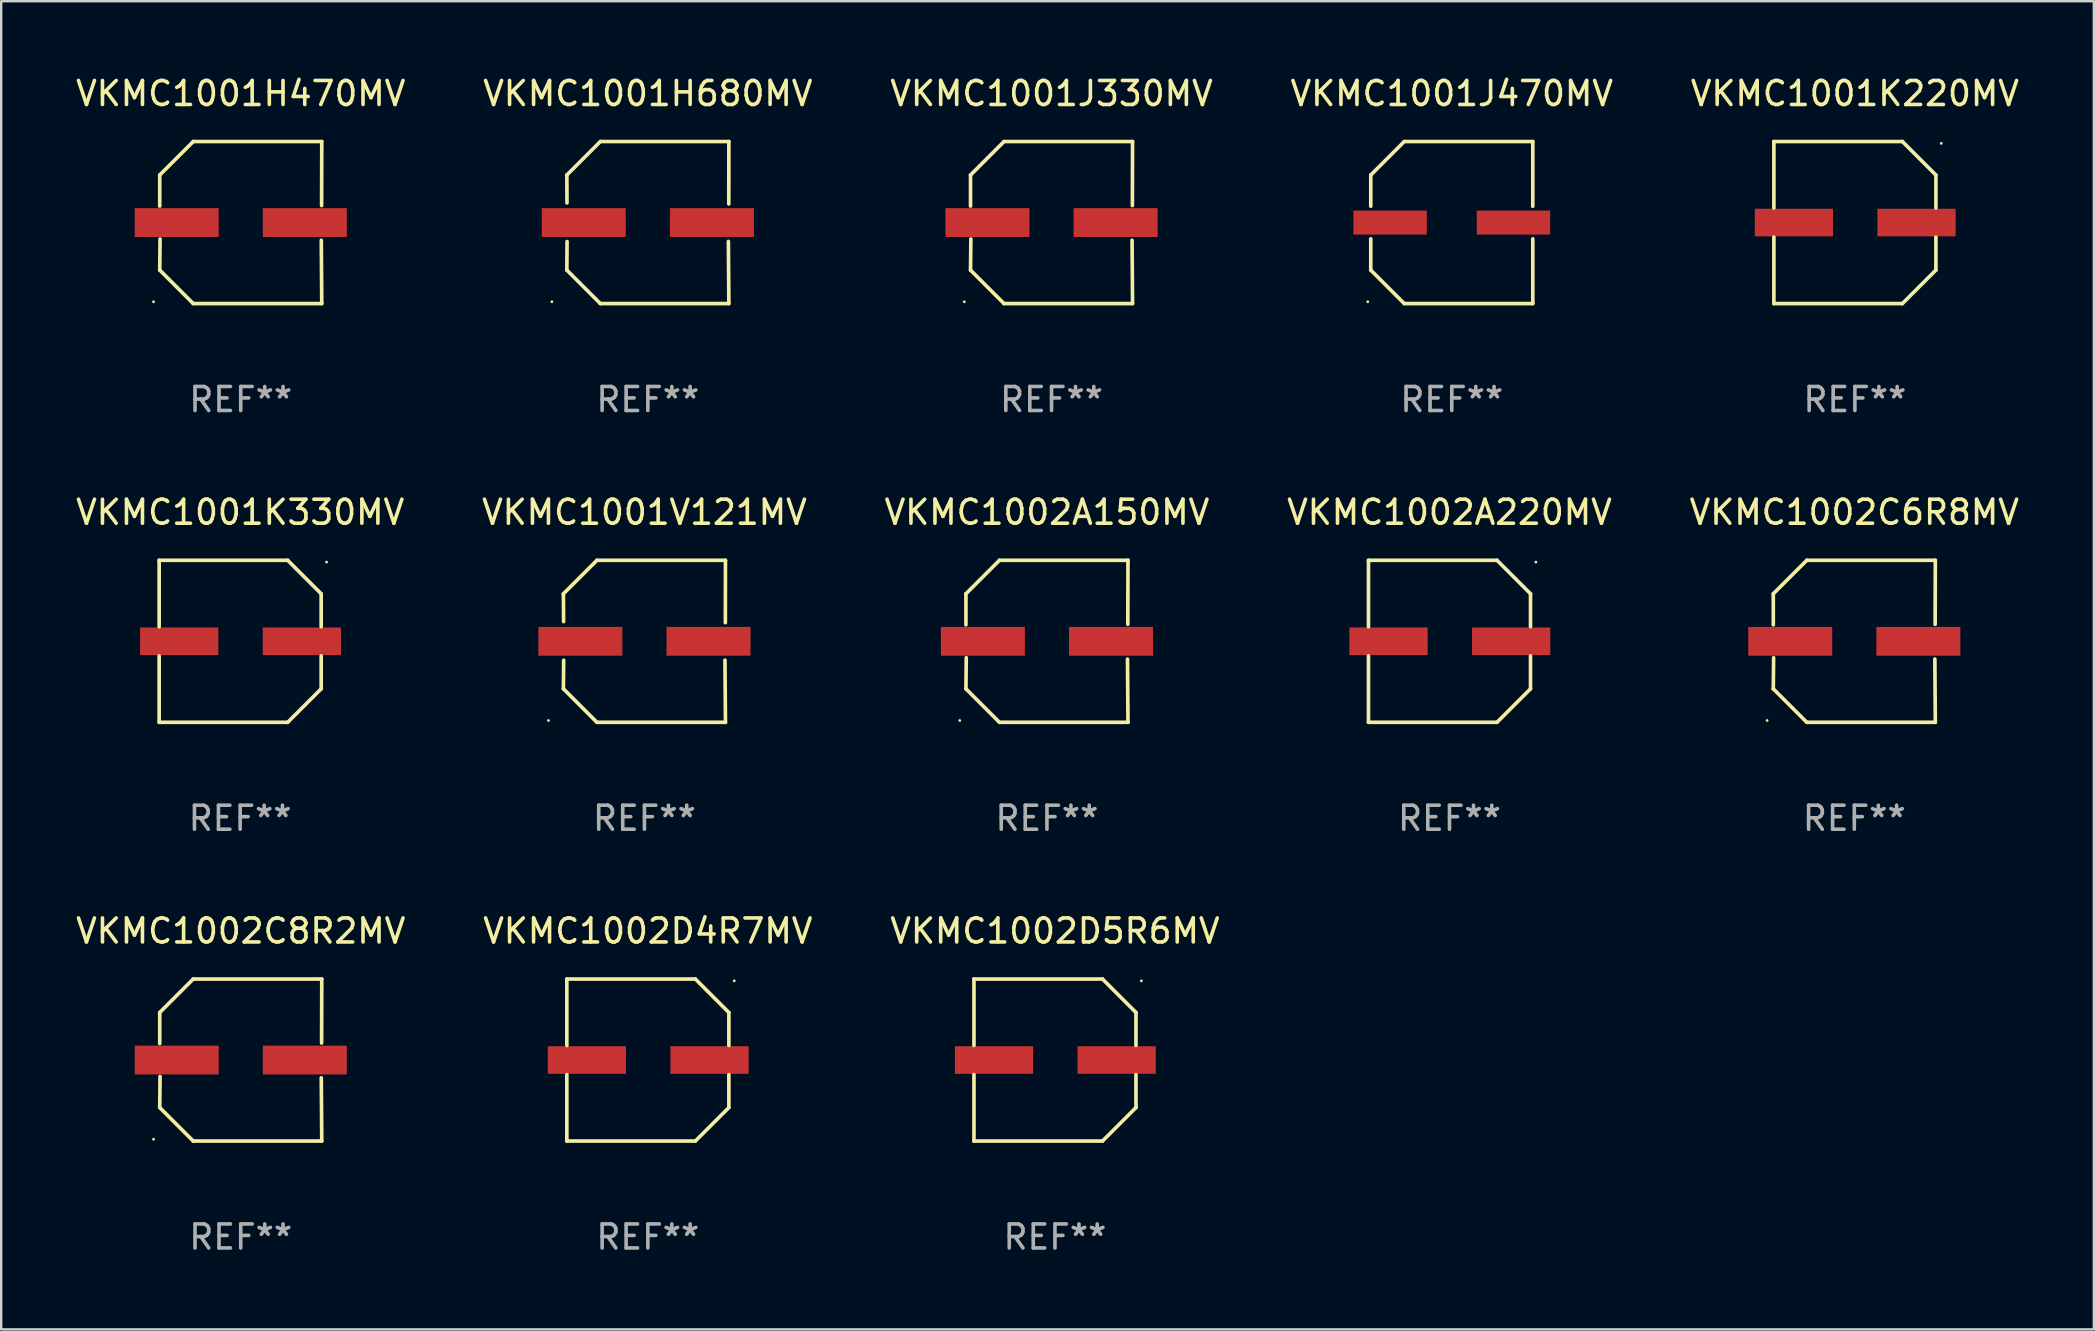
<source format=kicad_pcb>
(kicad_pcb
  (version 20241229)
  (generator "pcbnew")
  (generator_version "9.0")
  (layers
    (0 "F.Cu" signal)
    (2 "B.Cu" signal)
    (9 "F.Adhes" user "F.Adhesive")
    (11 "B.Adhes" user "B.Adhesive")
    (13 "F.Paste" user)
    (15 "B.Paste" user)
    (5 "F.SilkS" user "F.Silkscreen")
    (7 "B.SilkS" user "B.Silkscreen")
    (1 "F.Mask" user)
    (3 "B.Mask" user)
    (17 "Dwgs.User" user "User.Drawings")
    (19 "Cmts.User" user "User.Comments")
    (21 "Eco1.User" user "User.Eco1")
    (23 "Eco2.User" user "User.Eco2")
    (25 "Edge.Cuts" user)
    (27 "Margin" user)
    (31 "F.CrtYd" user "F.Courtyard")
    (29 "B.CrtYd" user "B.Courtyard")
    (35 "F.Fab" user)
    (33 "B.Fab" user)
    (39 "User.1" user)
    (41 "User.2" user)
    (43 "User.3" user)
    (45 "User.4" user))
  (footprint "VKMC1002A150MV"
    (layer "F.Cu")
    (at 40.577 23.673)
    (property "Reference" "VKMC1002A150MV" (at 0 -5.376 0) (layer "F.SilkS") (effects (font (size 1 1) (thickness 0.15))))
    (attr through_hole)
    (fp_line (start -3.376 -1.98) (end -3.376 -0.686) (stroke (width 0.152) (type solid)) (layer "F.SilkS"))
    (fp_line (start -3.376 1.981) (end -3.362 0.686) (stroke (width 0.152) (type solid)) (layer "F.SilkS"))
    (fp_line (start -1.981 3.376) (end -3.376 1.981) (stroke (width 0.152) (type solid)) (layer "F.SilkS"))
    (fp_line (start -1.98 -3.376) (end -3.376 -1.98) (stroke (width 0.152) (type solid)) (layer "F.SilkS"))
    (fp_line (start 3.356 0.74) (end 3.376 3.376) (stroke (width 0.152) (type solid)) (layer "F.SilkS"))
    (fp_line (start 3.369 -0.707) (end 3.376 -3.376) (stroke (width 0.152) (type solid)) (layer "F.SilkS"))
    (fp_line (start 3.376 3.376) (end -1.981 3.376) (stroke (width 0.152) (type solid)) (layer "F.SilkS"))
    (fp_line (start 3.376 -3.376) (end -1.98 -3.376) (stroke (width 0.152) (type solid)) (layer "F.SilkS"))
    (fp_circle (center -3.634 3.3) (end -3.604 3.3) (stroke (width 0.06) (type solid)) (fill no) (layer "F.SilkS"))
    (fp_text user "REF**" (at 0 7.376 0) (layer "F.Fab") (effects (font (size 1 1) (thickness 0.15))))
    (pad "1" smd rect (at -2.67 0.000254) (size 3.5 1.2) (layers "F.Cu" "F.Mask" "F.Paste"))
    (pad "2" smd rect (at 2.67 0.000254) (size 3.5 1.2) (layers "F.Cu" "F.Mask" "F.Paste")))
  (footprint "VKMC1001H680MV"
    (layer "F.Cu")
    (at 23.946 6.224)
    (property "Reference" "VKMC1001H680MV" (at 0 -5.376 0) (layer "F.SilkS") (effects (font (size 1 1) (thickness 0.15))))
    (attr through_hole)
    (fp_line (start -3.376 -1.98) (end -3.369 -0.819) (stroke (width 0.152) (type solid)) (layer "F.SilkS"))
    (fp_line (start -3.376 1.981) (end -3.366 0.791) (stroke (width 0.152) (type solid)) (layer "F.SilkS"))
    (fp_line (start -1.981 3.376) (end -3.376 1.981) (stroke (width 0.152) (type solid)) (layer "F.SilkS"))
    (fp_line (start -1.98 -3.376) (end -3.376 -1.98) (stroke (width 0.152) (type solid)) (layer "F.SilkS"))
    (fp_line (start 3.356 0.785) (end 3.376 3.376) (stroke (width 0.152) (type solid)) (layer "F.SilkS"))
    (fp_line (start 3.372 -0.776) (end 3.376 -3.376) (stroke (width 0.152) (type solid)) (layer "F.SilkS"))
    (fp_line (start 3.376 3.376) (end -1.981 3.376) (stroke (width 0.152) (type solid)) (layer "F.SilkS"))
    (fp_line (start 3.376 -3.376) (end -1.98 -3.376) (stroke (width 0.152) (type solid)) (layer "F.SilkS"))
    (fp_circle (center -4 3.3) (end -3.97 3.3) (stroke (width 0.06) (type solid)) (fill no) (layer "F.SilkS"))
    (fp_text user "REF**" (at 0 7.376 0) (layer "F.Fab") (effects (font (size 1 1) (thickness 0.15))))
    (pad "1" smd rect (at -2.67 0.000203) (size 3.5 1.2) (layers "F.Cu" "F.Mask" "F.Paste"))
    (pad "2" smd rect (at 2.67 0.000203) (size 3.5 1.2) (layers "F.Cu" "F.Mask" "F.Paste")))
  (footprint "VKMC1002C6R8MV"
    (layer "F.Cu")
    (at 74.22 23.673)
    (property "Reference" "VKMC1002C6R8MV" (at 0 -5.376 0) (layer "F.SilkS") (effects (font (size 1 1) (thickness 0.15))))
    (attr through_hole)
    (fp_line (start -3.376 -1.98) (end -3.376 -0.686) (stroke (width 0.152) (type solid)) (layer "F.SilkS"))
    (fp_line (start -3.376 1.981) (end -3.362 0.686) (stroke (width 0.152) (type solid)) (layer "F.SilkS"))
    (fp_line (start -1.981 3.376) (end -3.376 1.981) (stroke (width 0.152) (type solid)) (layer "F.SilkS"))
    (fp_line (start -1.98 -3.376) (end -3.376 -1.98) (stroke (width 0.152) (type solid)) (layer "F.SilkS"))
    (fp_line (start 3.356 0.74) (end 3.376 3.376) (stroke (width 0.152) (type solid)) (layer "F.SilkS"))
    (fp_line (start 3.369 -0.707) (end 3.376 -3.376) (stroke (width 0.152) (type solid)) (layer "F.SilkS"))
    (fp_line (start 3.376 3.376) (end -1.981 3.376) (stroke (width 0.152) (type solid)) (layer "F.SilkS"))
    (fp_line (start 3.376 -3.376) (end -1.98 -3.376) (stroke (width 0.152) (type solid)) (layer "F.SilkS"))
    (fp_circle (center -3.634 3.3) (end -3.604 3.3) (stroke (width 0.06) (type solid)) (fill no) (layer "F.SilkS"))
    (fp_text user "REF**" (at 0 7.376 0) (layer "F.Fab") (effects (font (size 1 1) (thickness 0.15))))
    (pad "1" smd rect (at -2.67 0.000254) (size 3.5 1.2) (layers "F.Cu" "F.Mask" "F.Paste"))
    (pad "2" smd rect (at 2.67 0.000254) (size 3.5 1.2) (layers "F.Cu" "F.Mask" "F.Paste")))
  (footprint "VKMC1001V121MV"
    (layer "F.Cu")
    (at 23.804 23.673)
    (property "Reference" "VKMC1001V121MV" (at 0 -5.376 0) (layer "F.SilkS") (effects (font (size 1 1) (thickness 0.15))))
    (attr through_hole)
    (fp_line (start -3.376 -1.98) (end -3.369 -0.819) (stroke (width 0.152) (type solid)) (layer "F.SilkS"))
    (fp_line (start -3.376 1.981) (end -3.366 0.791) (stroke (width 0.152) (type solid)) (layer "F.SilkS"))
    (fp_line (start -1.981 3.376) (end -3.376 1.981) (stroke (width 0.152) (type solid)) (layer "F.SilkS"))
    (fp_line (start -1.98 -3.376) (end -3.376 -1.98) (stroke (width 0.152) (type solid)) (layer "F.SilkS"))
    (fp_line (start 3.356 0.785) (end 3.376 3.376) (stroke (width 0.152) (type solid)) (layer "F.SilkS"))
    (fp_line (start 3.372 -0.776) (end 3.376 -3.376) (stroke (width 0.152) (type solid)) (layer "F.SilkS"))
    (fp_line (start 3.376 3.376) (end -1.981 3.376) (stroke (width 0.152) (type solid)) (layer "F.SilkS"))
    (fp_line (start 3.376 -3.376) (end -1.98 -3.376) (stroke (width 0.152) (type solid)) (layer "F.SilkS"))
    (fp_circle (center -4 3.3) (end -3.97 3.3) (stroke (width 0.06) (type solid)) (fill no) (layer "F.SilkS"))
    (fp_text user "REF**" (at 0 7.376 0) (layer "F.Fab") (effects (font (size 1 1) (thickness 0.15))))
    (pad "1" smd rect (at -2.67 0.000203) (size 3.5 1.2) (layers "F.Cu" "F.Mask" "F.Paste"))
    (pad "2" smd rect (at 2.67 0.000203) (size 3.5 1.2) (layers "F.Cu" "F.Mask" "F.Paste")))
  (footprint "VKMC1002C8R2MV"
    (layer "F.Cu")
    (at 6.982 41.122)
    (property "Reference" "VKMC1002C8R2MV" (at 0 -5.376 0) (layer "F.SilkS") (effects (font (size 1 1) (thickness 0.15))))
    (attr through_hole)
    (fp_line (start -3.376 -1.98) (end -3.376 -0.686) (stroke (width 0.152) (type solid)) (layer "F.SilkS"))
    (fp_line (start -3.376 1.981) (end -3.362 0.686) (stroke (width 0.152) (type solid)) (layer "F.SilkS"))
    (fp_line (start -1.981 3.376) (end -3.376 1.981) (stroke (width 0.152) (type solid)) (layer "F.SilkS"))
    (fp_line (start -1.98 -3.376) (end -3.376 -1.98) (stroke (width 0.152) (type solid)) (layer "F.SilkS"))
    (fp_line (start 3.356 0.74) (end 3.376 3.376) (stroke (width 0.152) (type solid)) (layer "F.SilkS"))
    (fp_line (start 3.369 -0.707) (end 3.376 -3.376) (stroke (width 0.152) (type solid)) (layer "F.SilkS"))
    (fp_line (start 3.376 3.376) (end -1.981 3.376) (stroke (width 0.152) (type solid)) (layer "F.SilkS"))
    (fp_line (start 3.376 -3.376) (end -1.98 -3.376) (stroke (width 0.152) (type solid)) (layer "F.SilkS"))
    (fp_circle (center -3.634 3.3) (end -3.604 3.3) (stroke (width 0.06) (type solid)) (fill no) (layer "F.SilkS"))
    (fp_text user "REF**" (at 0 7.376 0) (layer "F.Fab") (effects (font (size 1 1) (thickness 0.15))))
    (pad "1" smd rect (at -2.67 0.000254) (size 3.5 1.2) (layers "F.Cu" "F.Mask" "F.Paste"))
    (pad "2" smd rect (at 2.67 0.000254) (size 3.5 1.2) (layers "F.Cu" "F.Mask" "F.Paste")))
  (footprint "VKMC1002D5R6MV"
    (layer "F.Cu")
    (at 40.911 41.122)
    (property "Reference" "VKMC1002D5R6MV" (at 0 -5.376 0) (layer "F.SilkS") (effects (font (size 1 1) (thickness 0.15))))
    (attr through_hole)
    (fp_line (start -3.376 -3.376) (end 1.98 -3.376) (stroke (width 0.152) (type solid)) (layer "F.SilkS"))
    (fp_line (start -3.376 -0.607) (end -3.376 -3.376) (stroke (width 0.152) (type solid)) (layer "F.SilkS"))
    (fp_line (start -3.376 0.607) (end -3.376 3.376) (stroke (width 0.152) (type solid)) (layer "F.SilkS"))
    (fp_line (start -3.376 3.376) (end 1.98 3.376) (stroke (width 0.152) (type solid)) (layer "F.SilkS"))
    (fp_line (start 1.98 -3.376) (end 3.376 -1.98) (stroke (width 0.152) (type solid)) (layer "F.SilkS"))
    (fp_line (start 1.98 3.376) (end 3.376 1.98) (stroke (width 0.152) (type solid)) (layer "F.SilkS"))
    (fp_line (start 3.376 -1.98) (end 3.376 -0.607) (stroke (width 0.152) (type solid)) (layer "F.SilkS"))
    (fp_line (start 3.376 1.98) (end 3.376 0.607) (stroke (width 0.152) (type solid)) (layer "F.SilkS"))
    (fp_circle (center 3.6 -3.3) (end 3.63 -3.3) (stroke (width 0.06) (type solid)) (fill no) (layer "F.SilkS"))
    (fp_text user "REF**" (at 0 7.376 0) (layer "F.Fab") (effects (font (size 1 1) (thickness 0.15))))
    (pad "1" smd rect (at 2.57 0 180) (size 3.26 1.15) (layers "F.Cu" "F.Mask" "F.Paste"))
    (pad "2" smd rect (at -2.54 0 180) (size 3.26 1.15) (layers "F.Cu" "F.Mask" "F.Paste")))
  (footprint "VKMC1001K220MV"
    (layer "F.Cu")
    (at 74.244 6.224)
    (property "Reference" "VKMC1001K220MV" (at 0 -5.376 0) (layer "F.SilkS") (effects (font (size 1 1) (thickness 0.15))))
    (attr through_hole)
    (fp_line (start -3.376 -3.376) (end 1.98 -3.376) (stroke (width 0.152) (type solid)) (layer "F.SilkS"))
    (fp_line (start -3.376 -0.607) (end -3.376 -3.376) (stroke (width 0.152) (type solid)) (layer "F.SilkS"))
    (fp_line (start -3.376 0.607) (end -3.376 3.376) (stroke (width 0.152) (type solid)) (layer "F.SilkS"))
    (fp_line (start -3.376 3.376) (end 1.98 3.376) (stroke (width 0.152) (type solid)) (layer "F.SilkS"))
    (fp_line (start 1.98 -3.376) (end 3.376 -1.98) (stroke (width 0.152) (type solid)) (layer "F.SilkS"))
    (fp_line (start 1.98 3.376) (end 3.376 1.98) (stroke (width 0.152) (type solid)) (layer "F.SilkS"))
    (fp_line (start 3.376 -1.98) (end 3.376 -0.607) (stroke (width 0.152) (type solid)) (layer "F.SilkS"))
    (fp_line (start 3.376 1.98) (end 3.376 0.607) (stroke (width 0.152) (type solid)) (layer "F.SilkS"))
    (fp_circle (center 3.6 -3.3) (end 3.63 -3.3) (stroke (width 0.06) (type solid)) (fill no) (layer "F.SilkS"))
    (fp_text user "REF**" (at 0 7.376 0) (layer "F.Fab") (effects (font (size 1 1) (thickness 0.15))))
    (pad "1" smd rect (at 2.57 0 180) (size 3.26 1.15) (layers "F.Cu" "F.Mask" "F.Paste"))
    (pad "2" smd rect (at -2.54 0 180) (size 3.26 1.15) (layers "F.Cu" "F.Mask" "F.Paste")))
  (footprint "VKMC1001J470MV"
    (layer "F.Cu")
    (at 57.446 6.224)
    (property "Reference" "VKMC1001J470MV" (at 0 -5.376 0) (layer "F.SilkS") (effects (font (size 1 1) (thickness 0.15))))
    (attr through_hole)
    (fp_line (start -3.376 -1.98) (end -3.376 -0.68) (stroke (width 0.152) (type solid)) (layer "F.SilkS"))
    (fp_line (start -3.376 -1.98) (end -1.98 -3.376) (stroke (width 0.152) (type solid)) (layer "F.SilkS"))
    (fp_line (start -3.376 0.68) (end -3.376 1.98) (stroke (width 0.152) (type solid)) (layer "F.SilkS"))
    (fp_line (start -3.376 1.98) (end -1.98 3.376) (stroke (width 0.152) (type solid)) (layer "F.SilkS"))
    (fp_line (start -1.98 -3.376) (end 3.376 -3.376) (stroke (width 0.152) (type solid)) (layer "F.SilkS"))
    (fp_line (start -1.98 3.376) (end 3.376 3.376) (stroke (width 0.152) (type solid)) (layer "F.SilkS"))
    (fp_line (start 3.376 -3.376) (end 3.376 -0.68) (stroke (width 0.152) (type solid)) (layer "F.SilkS"))
    (fp_line (start 3.376 0.68) (end 3.376 3.376) (stroke (width 0.152) (type solid)) (layer "F.SilkS"))
    (fp_circle (center -3.501 3.3) (end -3.471 3.3) (stroke (width 0.06) (type solid)) (fill no) (layer "F.SilkS"))
    (fp_text user "REF**" (at 0 7.376 0) (layer "F.Fab") (effects (font (size 1 1) (thickness 0.15))))
    (pad "1" smd rect (at -2.57 0.000013) (size 3.06 1) (layers "F.Cu" "F.Mask" "F.Paste"))
    (pad "2" smd rect (at 2.57 0.000013) (size 3.06 1) (layers "F.Cu" "F.Mask" "F.Paste")))
  (footprint "VKMC1001J330MV"
    (layer "F.Cu")
    (at 40.768 6.224)
    (property "Reference" "VKMC1001J330MV" (at 0 -5.376 0) (layer "F.SilkS") (effects (font (size 1 1) (thickness 0.15))))
    (attr through_hole)
    (fp_line (start -3.376 -1.98) (end -3.376 -0.686) (stroke (width 0.152) (type solid)) (layer "F.SilkS"))
    (fp_line (start -3.376 1.981) (end -3.362 0.686) (stroke (width 0.152) (type solid)) (layer "F.SilkS"))
    (fp_line (start -1.981 3.376) (end -3.376 1.981) (stroke (width 0.152) (type solid)) (layer "F.SilkS"))
    (fp_line (start -1.98 -3.376) (end -3.376 -1.98) (stroke (width 0.152) (type solid)) (layer "F.SilkS"))
    (fp_line (start 3.356 0.74) (end 3.376 3.376) (stroke (width 0.152) (type solid)) (layer "F.SilkS"))
    (fp_line (start 3.369 -0.707) (end 3.376 -3.376) (stroke (width 0.152) (type solid)) (layer "F.SilkS"))
    (fp_line (start 3.376 3.376) (end -1.981 3.376) (stroke (width 0.152) (type solid)) (layer "F.SilkS"))
    (fp_line (start 3.376 -3.376) (end -1.98 -3.376) (stroke (width 0.152) (type solid)) (layer "F.SilkS"))
    (fp_circle (center -3.634 3.3) (end -3.604 3.3) (stroke (width 0.06) (type solid)) (fill no) (layer "F.SilkS"))
    (fp_text user "REF**" (at 0 7.376 0) (layer "F.Fab") (effects (font (size 1 1) (thickness 0.15))))
    (pad "1" smd rect (at -2.67 0.000254) (size 3.5 1.2) (layers "F.Cu" "F.Mask" "F.Paste"))
    (pad "2" smd rect (at 2.67 0.000254) (size 3.5 1.2) (layers "F.Cu" "F.Mask" "F.Paste")))
  (footprint "VKMC1002A220MV"
    (layer "F.Cu")
    (at 57.351 23.673)
    (property "Reference" "VKMC1002A220MV" (at 0 -5.376 0) (layer "F.SilkS") (effects (font (size 1 1) (thickness 0.15))))
    (attr through_hole)
    (fp_line (start -3.376 -3.376) (end 1.98 -3.376) (stroke (width 0.152) (type solid)) (layer "F.SilkS"))
    (fp_line (start -3.376 -0.607) (end -3.376 -3.376) (stroke (width 0.152) (type solid)) (layer "F.SilkS"))
    (fp_line (start -3.376 0.607) (end -3.376 3.376) (stroke (width 0.152) (type solid)) (layer "F.SilkS"))
    (fp_line (start -3.376 3.376) (end 1.98 3.376) (stroke (width 0.152) (type solid)) (layer "F.SilkS"))
    (fp_line (start 1.98 -3.376) (end 3.376 -1.98) (stroke (width 0.152) (type solid)) (layer "F.SilkS"))
    (fp_line (start 1.98 3.376) (end 3.376 1.98) (stroke (width 0.152) (type solid)) (layer "F.SilkS"))
    (fp_line (start 3.376 -1.98) (end 3.376 -0.607) (stroke (width 0.152) (type solid)) (layer "F.SilkS"))
    (fp_line (start 3.376 1.98) (end 3.376 0.607) (stroke (width 0.152) (type solid)) (layer "F.SilkS"))
    (fp_circle (center 3.6 -3.3) (end 3.63 -3.3) (stroke (width 0.06) (type solid)) (fill no) (layer "F.SilkS"))
    (fp_text user "REF**" (at 0 7.376 0) (layer "F.Fab") (effects (font (size 1 1) (thickness 0.15))))
    (pad "1" smd rect (at 2.57 0 180) (size 3.26 1.15) (layers "F.Cu" "F.Mask" "F.Paste"))
    (pad "2" smd rect (at -2.54 0 180) (size 3.26 1.15) (layers "F.Cu" "F.Mask" "F.Paste")))
  (footprint "VKMC1001H470MV"
    (layer "F.Cu")
    (at 6.982 6.224)
    (property "Reference" "VKMC1001H470MV" (at 0 -5.376 0) (layer "F.SilkS") (effects (font (size 1 1) (thickness 0.15))))
    (attr through_hole)
    (fp_line (start -3.376 -1.98) (end -3.376 -0.686) (stroke (width 0.152) (type solid)) (layer "F.SilkS"))
    (fp_line (start -3.376 1.981) (end -3.362 0.686) (stroke (width 0.152) (type solid)) (layer "F.SilkS"))
    (fp_line (start -1.981 3.376) (end -3.376 1.981) (stroke (width 0.152) (type solid)) (layer "F.SilkS"))
    (fp_line (start -1.98 -3.376) (end -3.376 -1.98) (stroke (width 0.152) (type solid)) (layer "F.SilkS"))
    (fp_line (start 3.356 0.74) (end 3.376 3.376) (stroke (width 0.152) (type solid)) (layer "F.SilkS"))
    (fp_line (start 3.369 -0.707) (end 3.376 -3.376) (stroke (width 0.152) (type solid)) (layer "F.SilkS"))
    (fp_line (start 3.376 3.376) (end -1.981 3.376) (stroke (width 0.152) (type solid)) (layer "F.SilkS"))
    (fp_line (start 3.376 -3.376) (end -1.98 -3.376) (stroke (width 0.152) (type solid)) (layer "F.SilkS"))
    (fp_circle (center -3.634 3.3) (end -3.604 3.3) (stroke (width 0.06) (type solid)) (fill no) (layer "F.SilkS"))
    (fp_text user "REF**" (at 0 7.376 0) (layer "F.Fab") (effects (font (size 1 1) (thickness 0.15))))
    (pad "1" smd rect (at -2.67 0.000254) (size 3.5 1.2) (layers "F.Cu" "F.Mask" "F.Paste"))
    (pad "2" smd rect (at 2.67 0.000254) (size 3.5 1.2) (layers "F.Cu" "F.Mask" "F.Paste")))
  (footprint "VKMC1001K330MV"
    (layer "F.Cu")
    (at 6.958 23.673)
    (property "Reference" "VKMC1001K330MV" (at 0 -5.376 0) (layer "F.SilkS") (effects (font (size 1 1) (thickness 0.15))))
    (attr through_hole)
    (fp_line (start -3.376 -3.376) (end 1.98 -3.376) (stroke (width 0.152) (type solid)) (layer "F.SilkS"))
    (fp_line (start -3.376 -0.607) (end -3.376 -3.376) (stroke (width 0.152) (type solid)) (layer "F.SilkS"))
    (fp_line (start -3.376 0.607) (end -3.376 3.376) (stroke (width 0.152) (type solid)) (layer "F.SilkS"))
    (fp_line (start -3.376 3.376) (end 1.98 3.376) (stroke (width 0.152) (type solid)) (layer "F.SilkS"))
    (fp_line (start 1.98 -3.376) (end 3.376 -1.98) (stroke (width 0.152) (type solid)) (layer "F.SilkS"))
    (fp_line (start 1.98 3.376) (end 3.376 1.98) (stroke (width 0.152) (type solid)) (layer "F.SilkS"))
    (fp_line (start 3.376 -1.98) (end 3.376 -0.607) (stroke (width 0.152) (type solid)) (layer "F.SilkS"))
    (fp_line (start 3.376 1.98) (end 3.376 0.607) (stroke (width 0.152) (type solid)) (layer "F.SilkS"))
    (fp_circle (center 3.6 -3.3) (end 3.63 -3.3) (stroke (width 0.06) (type solid)) (fill no) (layer "F.SilkS"))
    (fp_text user "REF**" (at 0 7.376 0) (layer "F.Fab") (effects (font (size 1 1) (thickness 0.15))))
    (pad "1" smd rect (at 2.57 0 180) (size 3.26 1.15) (layers "F.Cu" "F.Mask" "F.Paste"))
    (pad "2" smd rect (at -2.54 0 180) (size 3.26 1.15) (layers "F.Cu" "F.Mask" "F.Paste")))
  (footprint "VKMC1002D4R7MV"
    (layer "F.Cu")
    (at 23.946 41.122)
    (property "Reference" "VKMC1002D4R7MV" (at 0 -5.376 0) (layer "F.SilkS") (effects (font (size 1 1) (thickness 0.15))))
    (attr through_hole)
    (fp_line (start -3.376 -3.376) (end 1.98 -3.376) (stroke (width 0.152) (type solid)) (layer "F.SilkS"))
    (fp_line (start -3.376 -0.607) (end -3.376 -3.376) (stroke (width 0.152) (type solid)) (layer "F.SilkS"))
    (fp_line (start -3.376 0.607) (end -3.376 3.376) (stroke (width 0.152) (type solid)) (layer "F.SilkS"))
    (fp_line (start -3.376 3.376) (end 1.98 3.376) (stroke (width 0.152) (type solid)) (layer "F.SilkS"))
    (fp_line (start 1.98 -3.376) (end 3.376 -1.98) (stroke (width 0.152) (type solid)) (layer "F.SilkS"))
    (fp_line (start 1.98 3.376) (end 3.376 1.98) (stroke (width 0.152) (type solid)) (layer "F.SilkS"))
    (fp_line (start 3.376 -1.98) (end 3.376 -0.607) (stroke (width 0.152) (type solid)) (layer "F.SilkS"))
    (fp_line (start 3.376 1.98) (end 3.376 0.607) (stroke (width 0.152) (type solid)) (layer "F.SilkS"))
    (fp_circle (center 3.6 -3.3) (end 3.63 -3.3) (stroke (width 0.06) (type solid)) (fill no) (layer "F.SilkS"))
    (fp_text user "REF**" (at 0 7.376 0) (layer "F.Fab") (effects (font (size 1 1) (thickness 0.15))))
    (pad "1" smd rect (at 2.57 0 180) (size 3.26 1.15) (layers "F.Cu" "F.Mask" "F.Paste"))
    (pad "2" smd rect (at -2.54 0 180) (size 3.26 1.15) (layers "F.Cu" "F.Mask" "F.Paste")))
  (gr_rect
    (start -3 -3)
    (end 84.202 52.347)
    (stroke (width 0.1) (type default))
    (fill no)
    (layer "Edge.Cuts")))
</source>
